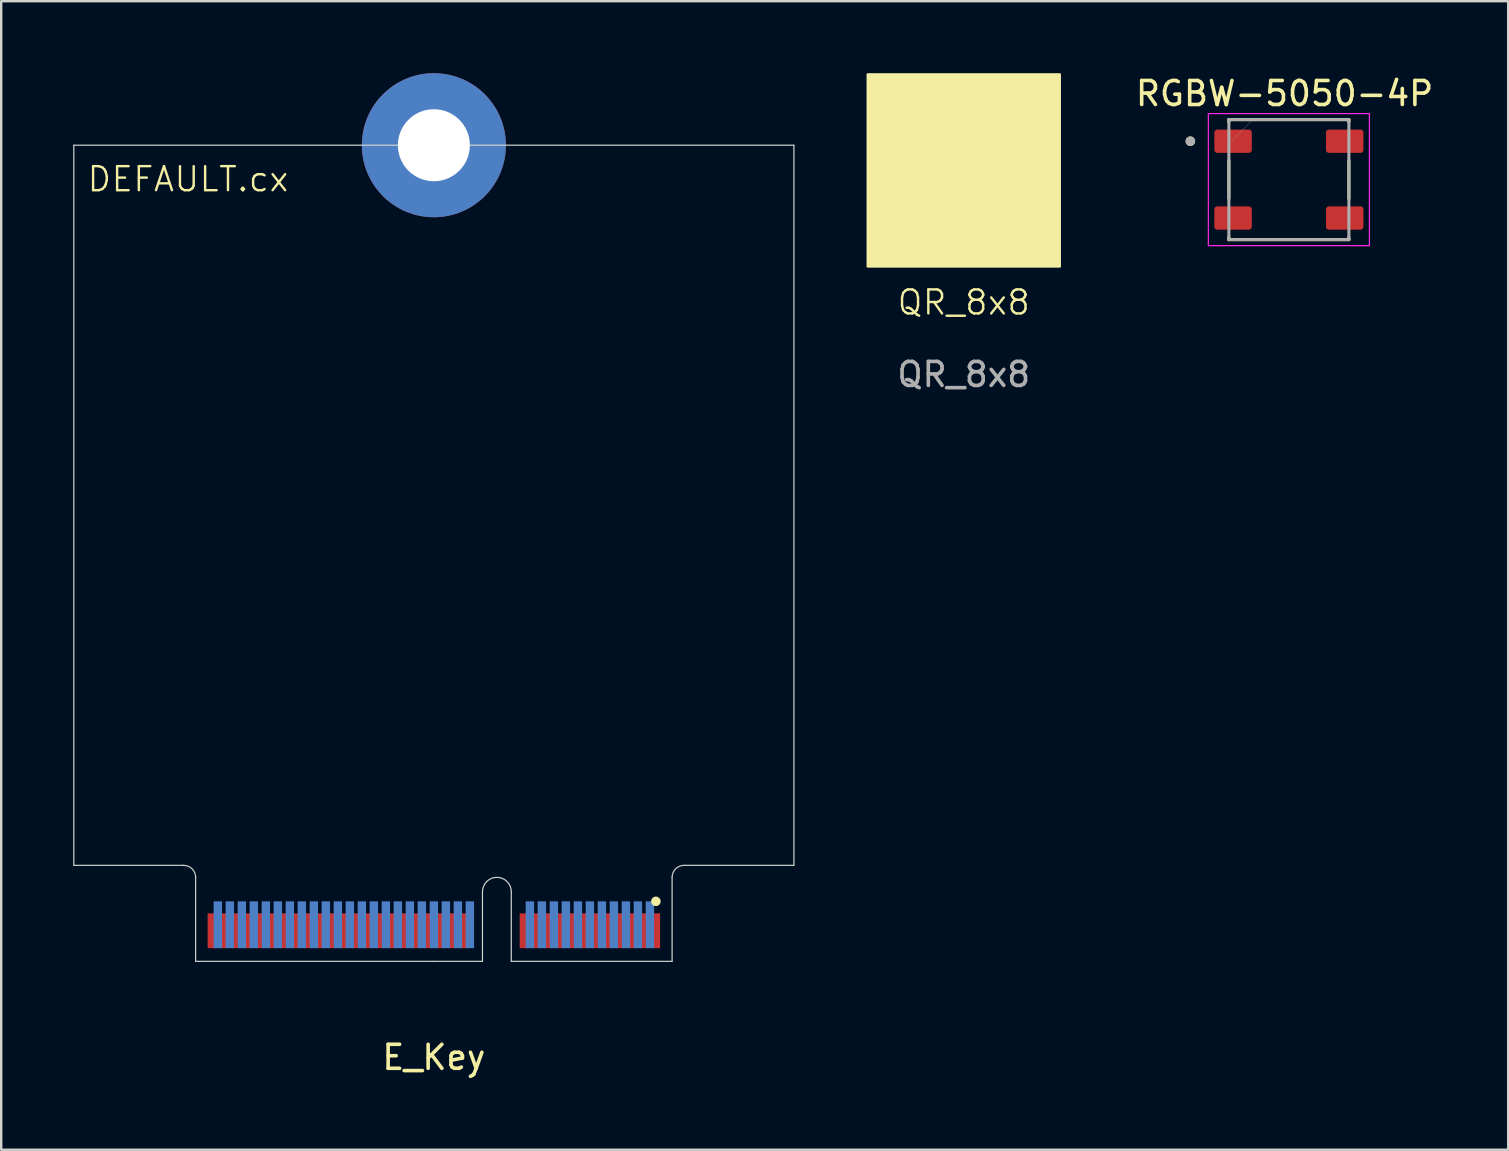
<source format=kicad_pcb>
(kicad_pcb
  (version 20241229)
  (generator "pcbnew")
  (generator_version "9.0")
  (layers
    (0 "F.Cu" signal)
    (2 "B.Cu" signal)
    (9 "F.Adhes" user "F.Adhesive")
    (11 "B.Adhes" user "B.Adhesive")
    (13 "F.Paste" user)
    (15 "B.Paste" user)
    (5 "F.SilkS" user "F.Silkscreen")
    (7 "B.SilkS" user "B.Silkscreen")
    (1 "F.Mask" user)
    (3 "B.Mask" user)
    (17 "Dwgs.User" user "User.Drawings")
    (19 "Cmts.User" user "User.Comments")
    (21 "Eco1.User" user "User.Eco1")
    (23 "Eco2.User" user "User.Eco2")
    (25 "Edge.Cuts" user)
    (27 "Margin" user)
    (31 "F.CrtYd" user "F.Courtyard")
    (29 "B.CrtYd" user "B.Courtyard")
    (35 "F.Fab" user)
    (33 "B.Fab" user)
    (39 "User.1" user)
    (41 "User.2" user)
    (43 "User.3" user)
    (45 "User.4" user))
  (footprint "QR_8x8"
    (layer "F.Cu")
    (at 37.1 4.05)
    (property "Reference" "QR_8x8" (at 0 5.5 0) (unlocked yes) (layer "F.SilkS") (effects (font (size 1 1) (thickness 0.1))))
    (attr smd)
    (fp_rect (start -4 -4) (end 4 4) (stroke (width 0.1) (type solid)) (fill yes) (layer "F.SilkS"))
    (fp_text user "${REFERENCE}" (at 0 8.5 0) (unlocked yes) (layer "F.Fab") (effects (font (size 1 1) (thickness 0.15)))))
  (footprint "RGBW-5050-4P"
    (layer "F.Cu")
    (at 50.645 4.433)
    (property "Reference" "RGBW-5050-4P" (at -0.18 -3.585 0) (layer "F.SilkS") (effects (font (size 1 1) (thickness 0.15))))
    (attr smd)
    (fp_line (start -2.5 -2.5) (end 2.5 -2.5) (stroke (width 0.127) (type solid)) (layer "F.SilkS"))
    (fp_line (start -2.5 -2.405) (end -2.5 -2.5) (stroke (width 0.127) (type solid)) (layer "F.SilkS"))
    (fp_line (start -2.5 -0.795) (end -2.5 0.795) (stroke (width 0.127) (type solid)) (layer "F.SilkS"))
    (fp_line (start -2.5 2.5) (end -2.5 2.405) (stroke (width 0.127) (type solid)) (layer "F.SilkS"))
    (fp_line (start 2.5 -2.5) (end 2.5 -2.405) (stroke (width 0.127) (type solid)) (layer "F.SilkS"))
    (fp_line (start 2.5 -0.795) (end 2.5 0.795) (stroke (width 0.127) (type solid)) (layer "F.SilkS"))
    (fp_line (start 2.5 2.5) (end -2.5 2.5) (stroke (width 0.127) (type solid)) (layer "F.SilkS"))
    (fp_line (start 2.5 2.5) (end 2.5 2.405) (stroke (width 0.127) (type solid)) (layer "F.SilkS"))
    (fp_circle (center -4.105 -1.6) (end -4.005 -1.6) (stroke (width 0.2) (type solid)) (fill no) (layer "F.SilkS"))
    (fp_line (start -3.355 -2.75) (end -3.355 2.75) (stroke (width 0.05) (type solid)) (layer "F.CrtYd"))
    (fp_line (start -3.355 2.75) (end 3.355 2.75) (stroke (width 0.05) (type solid)) (layer "F.CrtYd"))
    (fp_line (start 3.355 -2.75) (end -3.355 -2.75) (stroke (width 0.05) (type solid)) (layer "F.CrtYd"))
    (fp_line (start 3.355 2.75) (end 3.355 -2.75) (stroke (width 0.05) (type solid)) (layer "F.CrtYd"))
    (fp_line (start -2.5 -2.5) (end 2.5 -2.5) (stroke (width 0.127) (type solid)) (layer "F.Fab"))
    (fp_line (start -2.5 2.5) (end -2.5 -2.5) (stroke (width 0.127) (type solid)) (layer "F.Fab"))
    (fp_line (start 2.5 -2.5) (end 2.5 2.5) (stroke (width 0.127) (type solid)) (layer "F.Fab"))
    (fp_line (start 2.5 2.5) (end -2.5 2.5) (stroke (width 0.127) (type solid)) (layer "F.Fab"))
    (fp_circle (center -4.105 -1.6) (end -4.005 -1.6) (stroke (width 0.2) (type solid)) (fill no) (layer "F.Fab"))
    (fp_poly (pts (xy -2.5 -2.5) (xy -1.5 -2.5) (xy -2.5 -1.5)) (stroke (width 0.01) (type solid)) (fill no) (layer "F.Fab"))
    (pad "1" smd roundrect (at -2.325 -1.6) (size 1.56 0.97) (layers "F.Cu" "F.Mask" "F.Paste") (roundrect_rratio 0.125))
    (pad "2" smd roundrect (at -2.325 1.6) (size 1.56 0.97) (layers "F.Cu" "F.Mask" "F.Paste") (roundrect_rratio 0.125))
    (pad "3" smd roundrect (at 2.325 -1.6) (size 1.56 0.97) (layers "F.Cu" "F.Mask" "F.Paste") (roundrect_rratio 0.125))
    (pad "4" smd roundrect (at 2.325 1.6) (size 1.56 0.97) (layers "F.Cu" "F.Mask" "F.Paste") (roundrect_rratio 0.125)))
  (footprint "E_Key"
    (layer "F.Cu")
    (at 15.025 37)
    (property "Reference" "E_Key" (at 0 4 180) (layer "F.SilkS") (effects (font (size 1 1) (thickness 0.15))))
    (attr through_hole)
    (fp_poly (pts (xy -9.925 0) (xy 2.025 0) (xy 2.025 -2) (xy -9.925 -2)) (stroke (width 0.1) (type solid)) (fill yes) (layer "F.Mask"))
    (fp_poly (pts (xy 3.225 0) (xy 9.925 0) (xy 9.925 -2) (xy 3.225 -2)) (stroke (width 0.1) (type solid)) (fill yes) (layer "F.Mask"))
    (fp_poly (pts (xy -9.925 0) (xy 2.025 0) (xy 2.025 -2.5) (xy -9.925 -2.5)) (stroke (width 0.1) (type solid)) (fill yes) (layer "B.Mask"))
    (fp_poly (pts (xy 3.225 0) (xy 9.925 0) (xy 9.925 -2.5) (xy 3.225 -2.5)) (stroke (width 0.1) (type solid)) (fill yes) (layer "B.Mask"))
    (fp_circle (center 9.25 -2.5) (end 9.35 -2.5) (stroke (width 0.2) (type default)) (fill no) (layer "F.SilkS"))
    (fp_line (start -15 -34) (end -15 -4) (stroke (width 0.05) (type default)) (layer "Edge.Cuts"))
    (fp_line (start -10.425 -4) (end -15 -4) (stroke (width 0.05) (type solid)) (layer "Edge.Cuts"))
    (fp_line (start -9.925 -3.5) (end -9.925 0) (stroke (width 0.05) (type solid)) (layer "Edge.Cuts"))
    (fp_line (start -9.925 0) (end 0 0) (stroke (width 0.05) (type solid)) (layer "Edge.Cuts"))
    (fp_line (start 0 0) (end 2.025 0) (stroke (width 0.05) (type solid)) (layer "Edge.Cuts"))
    (fp_line (start 2.025 0) (end 2.025 -2.9) (stroke (width 0.05) (type solid)) (layer "Edge.Cuts"))
    (fp_line (start 3.225 -2.9) (end 3.225 0) (stroke (width 0.05) (type solid)) (layer "Edge.Cuts"))
    (fp_line (start 3.225 0) (end 9.925 0) (stroke (width 0.05) (type solid)) (layer "Edge.Cuts"))
    (fp_line (start 9.925 0) (end 9.925 -3.5) (stroke (width 0.05) (type solid)) (layer "Edge.Cuts"))
    (fp_line (start 10.425 -4) (end 15 -4) (stroke (width 0.05) (type solid)) (layer "Edge.Cuts"))
    (fp_line (start 15 -34) (end -15 -34) (stroke (width 0.05) (type default)) (layer "Edge.Cuts"))
    (fp_line (start 15 -4) (end 15 -34) (stroke (width 0.05) (type default)) (layer "Edge.Cuts"))
    (fp_arc (start -10.425 -4) (mid -10.071447 -3.853553) (end -9.925 -3.5) (stroke (width 0.05) (type solid)) (layer "Edge.Cuts"))
    (fp_arc (start 2.025 -2.9) (mid 2.625 -3.5) (end 3.225 -2.9) (stroke (width 0.05) (type solid)) (layer "Edge.Cuts"))
    (fp_arc (start 9.925 -3.5) (mid 10.071447 -3.853553) (end 10.425 -4) (stroke (width 0.05) (type solid)) (layer "Edge.Cuts"))
    (fp_text user "DEFAULT.cx" (at -14.5 -32 0) (unlocked yes) (layer "F.SilkS") (effects (font (size 1 1) (thickness 0.1)) (justify left bottom)))
    (pad "1" smd rect (at 9.25 -1.275) (size 0.35 1.45) (layers "F.Cu"))
    (pad "2" smd rect (at 9 -1.525) (size 0.35 1.95) (layers "B.Cu"))
    (pad "3" smd rect (at 8.75 -1.275) (size 0.35 1.45) (layers "F.Cu"))
    (pad "4" smd rect (at 8.5 -1.525) (size 0.35 1.95) (layers "B.Cu"))
    (pad "5" smd rect (at 8.25 -1.275) (size 0.35 1.45) (layers "F.Cu"))
    (pad "6" smd rect (at 8 -1.525) (size 0.35 1.95) (layers "B.Cu"))
    (pad "7" smd rect (at 7.75 -1.275) (size 0.35 1.45) (layers "F.Cu"))
    (pad "8" smd rect (at 7.5 -1.525) (size 0.35 1.95) (layers "B.Cu"))
    (pad "9" smd rect (at 7.25 -1.275) (size 0.35 1.45) (layers "F.Cu"))
    (pad "10" smd rect (at 7 -1.525) (size 0.35 1.95) (layers "B.Cu"))
    (pad "11" smd rect (at 6.75 -1.275) (size 0.35 1.45) (layers "F.Cu"))
    (pad "12" smd rect (at 6.5 -1.525) (size 0.35 1.95) (layers "B.Cu"))
    (pad "13" smd rect (at 6.25 -1.275) (size 0.35 1.45) (layers "F.Cu"))
    (pad "14" smd rect (at 6 -1.525) (size 0.35 1.95) (layers "B.Cu"))
    (pad "15" smd rect (at 5.75 -1.275) (size 0.35 1.45) (layers "F.Cu"))
    (pad "16" smd rect (at 5.5 -1.525) (size 0.35 1.95) (layers "B.Cu"))
    (pad "17" smd rect (at 5.25 -1.275) (size 0.35 1.45) (layers "F.Cu"))
    (pad "18" smd rect (at 5 -1.525) (size 0.35 1.95) (layers "B.Cu"))
    (pad "19" smd rect (at 4.75 -1.275) (size 0.35 1.45) (layers "F.Cu"))
    (pad "20" smd rect (at 4.5 -1.525) (size 0.35 1.95) (layers "B.Cu"))
    (pad "21" smd rect (at 4.25 -1.275) (size 0.35 1.45) (layers "F.Cu"))
    (pad "22" smd rect (at 4 -1.525) (size 0.35 1.95) (layers "B.Cu"))
    (pad "23" smd rect (at 3.75 -1.275) (size 0.35 1.45) (layers "F.Cu"))
    (pad "24" thru_hole circle (at 0 -34) (size 6 6) (drill 3) (layers "*.Cu" "*.Mask"))
    (pad "32" smd rect (at 1.5 -1.525) (size 0.35 1.95) (layers "B.Cu"))
    (pad "33" smd rect (at 1.25 -1.275) (size 0.35 1.45) (layers "F.Cu"))
    (pad "34" smd rect (at 1 -1.525) (size 0.35 1.95) (layers "B.Cu"))
    (pad "35" smd rect (at 0.75 -1.275) (size 0.35 1.45) (layers "F.Cu"))
    (pad "36" smd rect (at 0.5 -1.525) (size 0.35 1.95) (layers "B.Cu"))
    (pad "37" smd rect (at 0.25 -1.275) (size 0.35 1.45) (layers "F.Cu"))
    (pad "38" smd rect (at 0 -1.525) (size 0.35 1.95) (layers "B.Cu"))
    (pad "39" smd rect (at -0.25 -1.275) (size 0.35 1.45) (layers "F.Cu"))
    (pad "40" smd rect (at -0.5 -1.525) (size 0.35 1.95) (layers "B.Cu"))
    (pad "41" smd rect (at -0.75 -1.275) (size 0.35 1.45) (layers "F.Cu"))
    (pad "42" smd rect (at -1 -1.525) (size 0.35 1.95) (layers "B.Cu"))
    (pad "43" smd rect (at -1.25 -1.275) (size 0.35 1.45) (layers "F.Cu"))
    (pad "44" smd rect (at -1.5 -1.525) (size 0.35 1.95) (layers "B.Cu"))
    (pad "45" smd rect (at -1.75 -1.275) (size 0.35 1.45) (layers "F.Cu"))
    (pad "46" smd rect (at -2 -1.525) (size 0.35 1.95) (layers "B.Cu"))
    (pad "47" smd rect (at -2.25 -1.275) (size 0.35 1.45) (layers "F.Cu"))
    (pad "48" smd rect (at -2.5 -1.525) (size 0.35 1.95) (layers "B.Cu"))
    (pad "49" smd rect (at -2.75 -1.275) (size 0.35 1.45) (layers "F.Cu"))
    (pad "50" smd rect (at -3 -1.525) (size 0.35 1.95) (layers "B.Cu"))
    (pad "51" smd rect (at -3.25 -1.275) (size 0.35 1.45) (layers "F.Cu"))
    (pad "52" smd rect (at -3.5 -1.525) (size 0.35 1.95) (layers "B.Cu"))
    (pad "53" smd rect (at -3.75 -1.275) (size 0.35 1.45) (layers "F.Cu"))
    (pad "54" smd rect (at -4 -1.525) (size 0.35 1.95) (layers "B.Cu"))
    (pad "55" smd rect (at -4.25 -1.275) (size 0.35 1.45) (layers "F.Cu"))
    (pad "56" smd rect (at -4.5 -1.525) (size 0.35 1.95) (layers "B.Cu"))
    (pad "57" smd rect (at -4.75 -1.275) (size 0.35 1.45) (layers "F.Cu"))
    (pad "58" smd rect (at -5 -1.525) (size 0.35 1.95) (layers "B.Cu"))
    (pad "59" smd rect (at -5.25 -1.275) (size 0.35 1.45) (layers "F.Cu"))
    (pad "60" smd rect (at -5.5 -1.525) (size 0.35 1.95) (layers "B.Cu"))
    (pad "61" smd rect (at -5.75 -1.275) (size 0.35 1.45) (layers "F.Cu"))
    (pad "62" smd rect (at -6 -1.525) (size 0.35 1.95) (layers "B.Cu"))
    (pad "63" smd rect (at -6.25 -1.275) (size 0.35 1.45) (layers "F.Cu"))
    (pad "64" smd rect (at -6.5 -1.525) (size 0.35 1.95) (layers "B.Cu"))
    (pad "65" smd rect (at -6.75 -1.275) (size 0.35 1.45) (layers "F.Cu"))
    (pad "66" smd rect (at -7 -1.525) (size 0.35 1.95) (layers "B.Cu"))
    (pad "67" smd rect (at -7.25 -1.275) (size 0.35 1.45) (layers "F.Cu"))
    (pad "68" smd rect (at -7.5 -1.525) (size 0.35 1.95) (layers "B.Cu"))
    (pad "69" smd rect (at -7.75 -1.275) (size 0.35 1.45) (layers "F.Cu"))
    (pad "70" smd rect (at -8 -1.525) (size 0.35 1.95) (layers "B.Cu"))
    (pad "71" smd rect (at -8.25 -1.275) (size 0.35 1.45) (layers "F.Cu"))
    (pad "72" smd rect (at -8.5 -1.525) (size 0.35 1.95) (layers "B.Cu"))
    (pad "73" smd rect (at -8.75 -1.275) (size 0.35 1.45) (layers "F.Cu"))
    (pad "74" smd rect (at -9 -1.525) (size 0.35 1.95) (layers "B.Cu"))
    (pad "75" smd rect (at -9.25 -1.275) (size 0.35 1.45) (layers "F.Cu")))
  (gr_rect
    (start -3 -3)
    (end 59.781 44.848)
    (stroke (width 0.1) (type default))
    (fill no)
    (layer "Edge.Cuts")))
</source>
